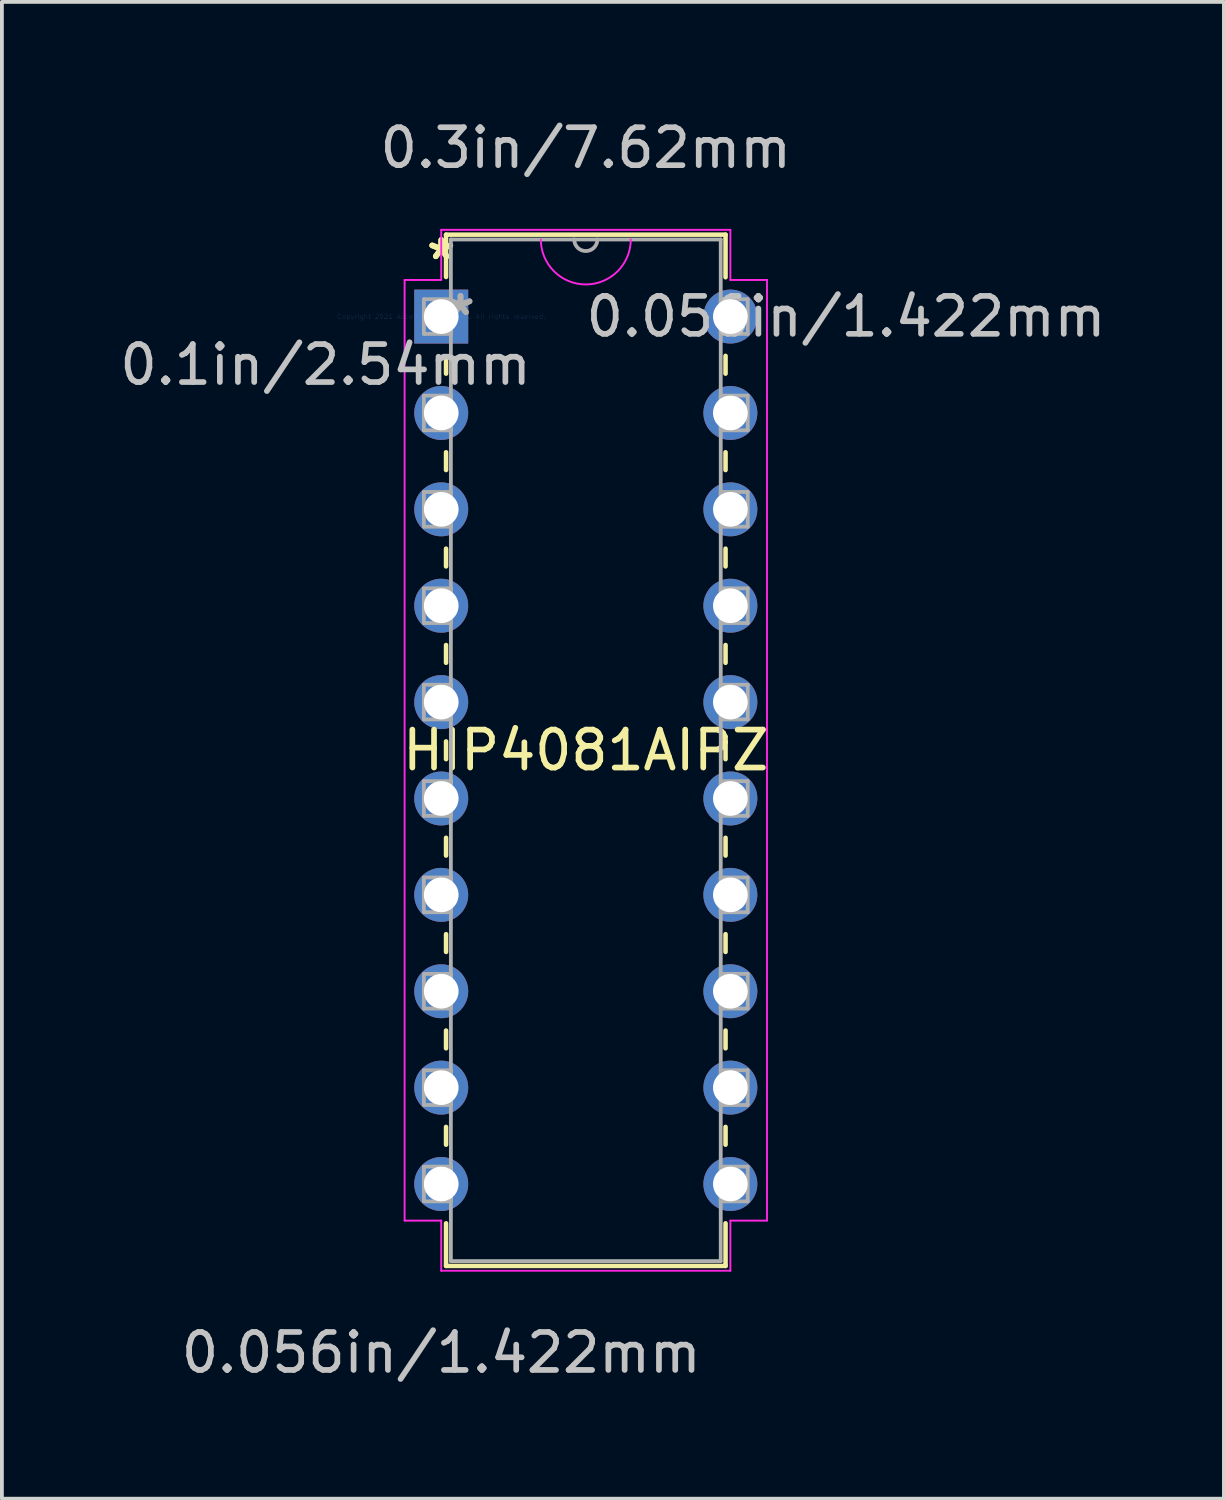
<source format=kicad_pcb>
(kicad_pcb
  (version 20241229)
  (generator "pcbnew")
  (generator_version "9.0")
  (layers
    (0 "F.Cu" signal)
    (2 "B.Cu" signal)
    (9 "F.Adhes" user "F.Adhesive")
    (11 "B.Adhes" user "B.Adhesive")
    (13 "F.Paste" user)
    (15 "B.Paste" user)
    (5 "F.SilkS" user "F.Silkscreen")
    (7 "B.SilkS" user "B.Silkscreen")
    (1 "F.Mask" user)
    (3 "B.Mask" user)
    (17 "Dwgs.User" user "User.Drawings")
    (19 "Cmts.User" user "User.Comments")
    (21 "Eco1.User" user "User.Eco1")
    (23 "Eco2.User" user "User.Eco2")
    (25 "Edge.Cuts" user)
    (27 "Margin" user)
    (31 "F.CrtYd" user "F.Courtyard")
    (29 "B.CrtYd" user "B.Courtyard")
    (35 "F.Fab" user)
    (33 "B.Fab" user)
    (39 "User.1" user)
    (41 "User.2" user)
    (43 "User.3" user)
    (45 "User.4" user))
  (footprint "HIP4081AIPZ"
    (layer "F.Cu")
    (at 8.578 5.293)
    (property "Reference" "HIP4081AIPZ" (at 3.81 11.43 0) (layer "F.SilkS") (effects (font (size 1 1) (thickness 0.15))))
    (attr through_hole)
    (fp_line (start 0.127 -2.159) (end 0.127 -1.044) (stroke (width 0.12) (type solid)) (layer "F.SilkS"))
    (fp_line (start 0.127 1.044) (end 0.127 1.504) (stroke (width 0.12) (type solid)) (layer "F.SilkS"))
    (fp_line (start 0.127 3.576) (end 0.127 4.044) (stroke (width 0.12) (type solid)) (layer "F.SilkS"))
    (fp_line (start 0.127 6.116) (end 0.127 6.584) (stroke (width 0.12) (type solid)) (layer "F.SilkS"))
    (fp_line (start 0.127 8.656) (end 0.127 9.124) (stroke (width 0.12) (type solid)) (layer "F.SilkS"))
    (fp_line (start 0.127 11.196) (end 0.127 11.664) (stroke (width 0.12) (type solid)) (layer "F.SilkS"))
    (fp_line (start 0.127 13.736) (end 0.127 14.204) (stroke (width 0.12) (type solid)) (layer "F.SilkS"))
    (fp_line (start 0.127 16.276) (end 0.127 16.744) (stroke (width 0.12) (type solid)) (layer "F.SilkS"))
    (fp_line (start 0.127 18.816) (end 0.127 19.284) (stroke (width 0.12) (type solid)) (layer "F.SilkS"))
    (fp_line (start 0.127 21.356) (end 0.127 21.824) (stroke (width 0.12) (type solid)) (layer "F.SilkS"))
    (fp_line (start 0.127 23.896) (end 0.127 25.019) (stroke (width 0.12) (type solid)) (layer "F.SilkS"))
    (fp_line (start 0.127 25.019) (end 7.493 25.019) (stroke (width 0.12) (type solid)) (layer "F.SilkS"))
    (fp_line (start 7.493 -2.159) (end 0.127 -2.159) (stroke (width 0.12) (type solid)) (layer "F.SilkS"))
    (fp_line (start 7.493 -1.036) (end 7.493 -2.159) (stroke (width 0.12) (type solid)) (layer "F.SilkS"))
    (fp_line (start 7.493 1.504) (end 7.493 1.036) (stroke (width 0.12) (type solid)) (layer "F.SilkS"))
    (fp_line (start 7.493 4.044) (end 7.493 3.576) (stroke (width 0.12) (type solid)) (layer "F.SilkS"))
    (fp_line (start 7.493 6.584) (end 7.493 6.116) (stroke (width 0.12) (type solid)) (layer "F.SilkS"))
    (fp_line (start 7.493 9.124) (end 7.493 8.656) (stroke (width 0.12) (type solid)) (layer "F.SilkS"))
    (fp_line (start 7.493 11.664) (end 7.493 11.196) (stroke (width 0.12) (type solid)) (layer "F.SilkS"))
    (fp_line (start 7.493 14.204) (end 7.493 13.736) (stroke (width 0.12) (type solid)) (layer "F.SilkS"))
    (fp_line (start 7.493 16.744) (end 7.493 16.276) (stroke (width 0.12) (type solid)) (layer "F.SilkS"))
    (fp_line (start 7.493 19.284) (end 7.493 18.816) (stroke (width 0.12) (type solid)) (layer "F.SilkS"))
    (fp_line (start 7.493 21.824) (end 7.493 21.356) (stroke (width 0.12) (type solid)) (layer "F.SilkS"))
    (fp_line (start 7.493 25.019) (end 7.493 23.896) (stroke (width 0.12) (type solid)) (layer "F.SilkS"))
    (fp_line (start -0.965 -0.965) (end -0.965 23.825) (stroke (width 0.05) (type solid)) (layer "F.CrtYd"))
    (fp_line (start -0.965 23.825) (end 0 23.825) (stroke (width 0.05) (type solid)) (layer "F.CrtYd"))
    (fp_line (start 0 -2.286) (end 0 -0.965) (stroke (width 0.05) (type solid)) (layer "F.CrtYd"))
    (fp_line (start 0 -0.965) (end -0.965 -0.965) (stroke (width 0.05) (type solid)) (layer "F.CrtYd"))
    (fp_line (start 0 23.825) (end 0 25.146) (stroke (width 0.05) (type solid)) (layer "F.CrtYd"))
    (fp_line (start 0 25.146) (end 7.62 25.146) (stroke (width 0.05) (type solid)) (layer "F.CrtYd"))
    (fp_line (start 7.62 -2.286) (end 0 -2.286) (stroke (width 0.05) (type solid)) (layer "F.CrtYd"))
    (fp_line (start 7.62 -0.965) (end 7.62 -2.286) (stroke (width 0.05) (type solid)) (layer "F.CrtYd"))
    (fp_line (start 7.62 23.825) (end 8.585 23.825) (stroke (width 0.05) (type solid)) (layer "F.CrtYd"))
    (fp_line (start 7.62 25.146) (end 7.62 23.825) (stroke (width 0.05) (type solid)) (layer "F.CrtYd"))
    (fp_line (start 8.585 -0.965) (end 7.62 -0.965) (stroke (width 0.05) (type solid)) (layer "F.CrtYd"))
    (fp_line (start 8.585 23.825) (end 8.585 -0.965) (stroke (width 0.05) (type solid)) (layer "F.CrtYd"))
    (fp_arc (start 4.995333 -2.032) (mid 3.81 -0.846667) (end 2.624667 -2.032) (stroke (width 0.05) (type solid)) (layer "F.CrtYd"))
    (fp_line (start -0.457 -0.457) (end -0.457 0.457) (stroke (width 0.1) (type solid)) (layer "F.Fab"))
    (fp_line (start -0.457 0.457) (end 0.254 0.457) (stroke (width 0.1) (type solid)) (layer "F.Fab"))
    (fp_line (start -0.457 2.083) (end -0.457 2.997) (stroke (width 0.1) (type solid)) (layer "F.Fab"))
    (fp_line (start -0.457 2.997) (end 0.254 2.997) (stroke (width 0.1) (type solid)) (layer "F.Fab"))
    (fp_line (start -0.457 4.623) (end -0.457 5.537) (stroke (width 0.1) (type solid)) (layer "F.Fab"))
    (fp_line (start -0.457 5.537) (end 0.254 5.537) (stroke (width 0.1) (type solid)) (layer "F.Fab"))
    (fp_line (start -0.457 7.163) (end -0.457 8.077) (stroke (width 0.1) (type solid)) (layer "F.Fab"))
    (fp_line (start -0.457 8.077) (end 0.254 8.077) (stroke (width 0.1) (type solid)) (layer "F.Fab"))
    (fp_line (start -0.457 9.703) (end -0.457 10.617) (stroke (width 0.1) (type solid)) (layer "F.Fab"))
    (fp_line (start -0.457 10.617) (end 0.254 10.617) (stroke (width 0.1) (type solid)) (layer "F.Fab"))
    (fp_line (start -0.457 12.243) (end -0.457 13.157) (stroke (width 0.1) (type solid)) (layer "F.Fab"))
    (fp_line (start -0.457 13.157) (end 0.254 13.157) (stroke (width 0.1) (type solid)) (layer "F.Fab"))
    (fp_line (start -0.457 14.783) (end -0.457 15.697) (stroke (width 0.1) (type solid)) (layer "F.Fab"))
    (fp_line (start -0.457 15.697) (end 0.254 15.697) (stroke (width 0.1) (type solid)) (layer "F.Fab"))
    (fp_line (start -0.457 17.323) (end -0.457 18.237) (stroke (width 0.1) (type solid)) (layer "F.Fab"))
    (fp_line (start -0.457 18.237) (end 0.254 18.237) (stroke (width 0.1) (type solid)) (layer "F.Fab"))
    (fp_line (start -0.457 19.863) (end -0.457 20.777) (stroke (width 0.1) (type solid)) (layer "F.Fab"))
    (fp_line (start -0.457 20.777) (end 0.254 20.777) (stroke (width 0.1) (type solid)) (layer "F.Fab"))
    (fp_line (start -0.457 22.403) (end -0.457 23.317) (stroke (width 0.1) (type solid)) (layer "F.Fab"))
    (fp_line (start -0.457 23.317) (end 0.254 23.317) (stroke (width 0.1) (type solid)) (layer "F.Fab"))
    (fp_line (start 0.254 -2.032) (end 0.254 24.892) (stroke (width 0.1) (type solid)) (layer "F.Fab"))
    (fp_line (start 0.254 -0.457) (end -0.457 -0.457) (stroke (width 0.1) (type solid)) (layer "F.Fab"))
    (fp_line (start 0.254 0.457) (end 0.254 -0.457) (stroke (width 0.1) (type solid)) (layer "F.Fab"))
    (fp_line (start 0.254 2.083) (end -0.457 2.083) (stroke (width 0.1) (type solid)) (layer "F.Fab"))
    (fp_line (start 0.254 2.997) (end 0.254 2.083) (stroke (width 0.1) (type solid)) (layer "F.Fab"))
    (fp_line (start 0.254 4.623) (end -0.457 4.623) (stroke (width 0.1) (type solid)) (layer "F.Fab"))
    (fp_line (start 0.254 5.537) (end 0.254 4.623) (stroke (width 0.1) (type solid)) (layer "F.Fab"))
    (fp_line (start 0.254 7.163) (end -0.457 7.163) (stroke (width 0.1) (type solid)) (layer "F.Fab"))
    (fp_line (start 0.254 8.077) (end 0.254 7.163) (stroke (width 0.1) (type solid)) (layer "F.Fab"))
    (fp_line (start 0.254 9.703) (end -0.457 9.703) (stroke (width 0.1) (type solid)) (layer "F.Fab"))
    (fp_line (start 0.254 10.617) (end 0.254 9.703) (stroke (width 0.1) (type solid)) (layer "F.Fab"))
    (fp_line (start 0.254 12.243) (end -0.457 12.243) (stroke (width 0.1) (type solid)) (layer "F.Fab"))
    (fp_line (start 0.254 13.157) (end 0.254 12.243) (stroke (width 0.1) (type solid)) (layer "F.Fab"))
    (fp_line (start 0.254 14.783) (end -0.457 14.783) (stroke (width 0.1) (type solid)) (layer "F.Fab"))
    (fp_line (start 0.254 15.697) (end 0.254 14.783) (stroke (width 0.1) (type solid)) (layer "F.Fab"))
    (fp_line (start 0.254 17.323) (end -0.457 17.323) (stroke (width 0.1) (type solid)) (layer "F.Fab"))
    (fp_line (start 0.254 18.237) (end 0.254 17.323) (stroke (width 0.1) (type solid)) (layer "F.Fab"))
    (fp_line (start 0.254 19.863) (end -0.457 19.863) (stroke (width 0.1) (type solid)) (layer "F.Fab"))
    (fp_line (start 0.254 20.777) (end 0.254 19.863) (stroke (width 0.1) (type solid)) (layer "F.Fab"))
    (fp_line (start 0.254 22.403) (end -0.457 22.403) (stroke (width 0.1) (type solid)) (layer "F.Fab"))
    (fp_line (start 0.254 23.317) (end 0.254 22.403) (stroke (width 0.1) (type solid)) (layer "F.Fab"))
    (fp_line (start 0.254 24.892) (end 7.366 24.892) (stroke (width 0.1) (type solid)) (layer "F.Fab"))
    (fp_line (start 7.366 -2.032) (end 0.254 -2.032) (stroke (width 0.1) (type solid)) (layer "F.Fab"))
    (fp_line (start 7.366 -0.457) (end 7.366 0.457) (stroke (width 0.1) (type solid)) (layer "F.Fab"))
    (fp_line (start 7.366 0.457) (end 8.077 0.457) (stroke (width 0.1) (type solid)) (layer "F.Fab"))
    (fp_line (start 7.366 2.083) (end 7.366 2.997) (stroke (width 0.1) (type solid)) (layer "F.Fab"))
    (fp_line (start 7.366 2.997) (end 8.077 2.997) (stroke (width 0.1) (type solid)) (layer "F.Fab"))
    (fp_line (start 7.366 4.623) (end 7.366 5.537) (stroke (width 0.1) (type solid)) (layer "F.Fab"))
    (fp_line (start 7.366 5.537) (end 8.077 5.537) (stroke (width 0.1) (type solid)) (layer "F.Fab"))
    (fp_line (start 7.366 7.163) (end 7.366 8.077) (stroke (width 0.1) (type solid)) (layer "F.Fab"))
    (fp_line (start 7.366 8.077) (end 8.077 8.077) (stroke (width 0.1) (type solid)) (layer "F.Fab"))
    (fp_line (start 7.366 9.703) (end 7.366 10.617) (stroke (width 0.1) (type solid)) (layer "F.Fab"))
    (fp_line (start 7.366 10.617) (end 8.077 10.617) (stroke (width 0.1) (type solid)) (layer "F.Fab"))
    (fp_line (start 7.366 12.243) (end 7.366 13.157) (stroke (width 0.1) (type solid)) (layer "F.Fab"))
    (fp_line (start 7.366 13.157) (end 8.077 13.157) (stroke (width 0.1) (type solid)) (layer "F.Fab"))
    (fp_line (start 7.366 14.783) (end 7.366 15.697) (stroke (width 0.1) (type solid)) (layer "F.Fab"))
    (fp_line (start 7.366 15.697) (end 8.077 15.697) (stroke (width 0.1) (type solid)) (layer "F.Fab"))
    (fp_line (start 7.366 17.323) (end 7.366 18.237) (stroke (width 0.1) (type solid)) (layer "F.Fab"))
    (fp_line (start 7.366 18.237) (end 8.077 18.237) (stroke (width 0.1) (type solid)) (layer "F.Fab"))
    (fp_line (start 7.366 19.863) (end 7.366 20.777) (stroke (width 0.1) (type solid)) (layer "F.Fab"))
    (fp_line (start 7.366 20.777) (end 8.077 20.777) (stroke (width 0.1) (type solid)) (layer "F.Fab"))
    (fp_line (start 7.366 22.403) (end 7.366 23.317) (stroke (width 0.1) (type solid)) (layer "F.Fab"))
    (fp_line (start 7.366 23.317) (end 8.077 23.317) (stroke (width 0.1) (type solid)) (layer "F.Fab"))
    (fp_line (start 7.366 24.892) (end 7.366 -2.032) (stroke (width 0.1) (type solid)) (layer "F.Fab"))
    (fp_line (start 8.077 -0.457) (end 7.366 -0.457) (stroke (width 0.1) (type solid)) (layer "F.Fab"))
    (fp_line (start 8.077 0.457) (end 8.077 -0.457) (stroke (width 0.1) (type solid)) (layer "F.Fab"))
    (fp_line (start 8.077 2.083) (end 7.366 2.083) (stroke (width 0.1) (type solid)) (layer "F.Fab"))
    (fp_line (start 8.077 2.997) (end 8.077 2.083) (stroke (width 0.1) (type solid)) (layer "F.Fab"))
    (fp_line (start 8.077 4.623) (end 7.366 4.623) (stroke (width 0.1) (type solid)) (layer "F.Fab"))
    (fp_line (start 8.077 5.537) (end 8.077 4.623) (stroke (width 0.1) (type solid)) (layer "F.Fab"))
    (fp_line (start 8.077 7.163) (end 7.366 7.163) (stroke (width 0.1) (type solid)) (layer "F.Fab"))
    (fp_line (start 8.077 8.077) (end 8.077 7.163) (stroke (width 0.1) (type solid)) (layer "F.Fab"))
    (fp_line (start 8.077 9.703) (end 7.366 9.703) (stroke (width 0.1) (type solid)) (layer "F.Fab"))
    (fp_line (start 8.077 10.617) (end 8.077 9.703) (stroke (width 0.1) (type solid)) (layer "F.Fab"))
    (fp_line (start 8.077 12.243) (end 7.366 12.243) (stroke (width 0.1) (type solid)) (layer "F.Fab"))
    (fp_line (start 8.077 13.157) (end 8.077 12.243) (stroke (width 0.1) (type solid)) (layer "F.Fab"))
    (fp_line (start 8.077 14.783) (end 7.366 14.783) (stroke (width 0.1) (type solid)) (layer "F.Fab"))
    (fp_line (start 8.077 15.697) (end 8.077 14.783) (stroke (width 0.1) (type solid)) (layer "F.Fab"))
    (fp_line (start 8.077 17.323) (end 7.366 17.323) (stroke (width 0.1) (type solid)) (layer "F.Fab"))
    (fp_line (start 8.077 18.237) (end 8.077 17.323) (stroke (width 0.1) (type solid)) (layer "F.Fab"))
    (fp_line (start 8.077 19.863) (end 7.366 19.863) (stroke (width 0.1) (type solid)) (layer "F.Fab"))
    (fp_line (start 8.077 20.777) (end 8.077 19.863) (stroke (width 0.1) (type solid)) (layer "F.Fab"))
    (fp_line (start 8.077 22.403) (end 7.366 22.403) (stroke (width 0.1) (type solid)) (layer "F.Fab"))
    (fp_line (start 8.077 23.317) (end 8.077 22.403) (stroke (width 0.1) (type solid)) (layer "F.Fab"))
    (fp_arc (start 4.1148 -2.032) (mid 3.81 -1.7272) (end 3.5052 -2.032) (stroke (width 0.1) (type solid)) (layer "F.Fab"))
    (fp_text user "*" (at 0 -1.473 0) (layer "F.SilkS") (effects (font (size 1 1) (thickness 0.15))))
    (fp_text user "*" (at 0 -1.473 0) (layer "F.SilkS") (effects (font (size 1 1) (thickness 0.15))))
    (fp_text user "0.056in/1.422mm" (at 0 27.305 0) (layer "Dwgs.User") (effects (font (size 1 1) (thickness 0.15))))
    (fp_text user "0.056in/1.422mm" (at 10.668 0 0) (layer "Dwgs.User") (effects (font (size 1 1) (thickness 0.15))))
    (fp_text user "0.1in/2.54mm" (at -3.048 1.27 0) (layer "Dwgs.User") (effects (font (size 1 1) (thickness 0.15))))
    (fp_text user "0.3in/7.62mm" (at 3.81 -4.445 0) (layer "Dwgs.User") (effects (font (size 1 1) (thickness 0.15))))
    (fp_text user "Copyright 2021 Accelerated Designs. All rights reserved." (at 0 0 0) (layer "Cmts.User") (effects (font (size 0.127 0.127) (thickness 0.002))))
    (fp_text user "*" (at 0.508 0 0) (layer "F.Fab") (effects (font (size 1 1) (thickness 0.15))))
    (fp_text user "*" (at 0.508 0 0) (layer "F.Fab") (effects (font (size 1 1) (thickness 0.15))))
    (pad "1" thru_hole rect (at 0 0) (size 1.422 1.422) (drill 0.914) (layers "*.Cu" "*.Mask"))
    (pad "2" thru_hole circle (at 0 2.54) (size 1.422 1.422) (drill 0.914) (layers "*.Cu" "*.Mask"))
    (pad "3" thru_hole circle (at 0 5.08) (size 1.422 1.422) (drill 0.914) (layers "*.Cu" "*.Mask"))
    (pad "4" thru_hole circle (at 0 7.62) (size 1.422 1.422) (drill 0.914) (layers "*.Cu" "*.Mask"))
    (pad "5" thru_hole circle (at 0 10.16) (size 1.422 1.422) (drill 0.914) (layers "*.Cu" "*.Mask"))
    (pad "6" thru_hole circle (at 0 12.7) (size 1.422 1.422) (drill 0.914) (layers "*.Cu" "*.Mask"))
    (pad "7" thru_hole circle (at 0 15.24) (size 1.422 1.422) (drill 0.914) (layers "*.Cu" "*.Mask"))
    (pad "8" thru_hole circle (at 0 17.78) (size 1.422 1.422) (drill 0.914) (layers "*.Cu" "*.Mask"))
    (pad "9" thru_hole circle (at 0 20.32) (size 1.422 1.422) (drill 0.914) (layers "*.Cu" "*.Mask"))
    (pad "10" thru_hole circle (at 0 22.86) (size 1.422 1.422) (drill 0.914) (layers "*.Cu" "*.Mask"))
    (pad "11" thru_hole circle (at 7.62 22.86) (size 1.422 1.422) (drill 0.914) (layers "*.Cu" "*.Mask"))
    (pad "12" thru_hole circle (at 7.62 20.32) (size 1.422 1.422) (drill 0.914) (layers "*.Cu" "*.Mask"))
    (pad "13" thru_hole circle (at 7.62 17.78) (size 1.422 1.422) (drill 0.914) (layers "*.Cu" "*.Mask"))
    (pad "14" thru_hole circle (at 7.62 15.24) (size 1.422 1.422) (drill 0.914) (layers "*.Cu" "*.Mask"))
    (pad "15" thru_hole circle (at 7.62 12.7) (size 1.422 1.422) (drill 0.914) (layers "*.Cu" "*.Mask"))
    (pad "16" thru_hole circle (at 7.62 10.16) (size 1.422 1.422) (drill 0.914) (layers "*.Cu" "*.Mask"))
    (pad "17" thru_hole circle (at 7.62 7.62) (size 1.422 1.422) (drill 0.914) (layers "*.Cu" "*.Mask"))
    (pad "18" thru_hole circle (at 7.62 5.08) (size 1.422 1.422) (drill 0.914) (layers "*.Cu" "*.Mask"))
    (pad "19" thru_hole circle (at 7.62 2.54) (size 1.422 1.422) (drill 0.914) (layers "*.Cu" "*.Mask"))
    (pad "20" thru_hole circle (at 7.62 0) (size 1.422 1.422) (drill 0.914) (layers "*.Cu" "*.Mask")))
  (gr_rect
    (start -3 -3)
    (end 29.204 36.447)
    (stroke (width 0.1) (type default))
    (fill no)
    (layer "Edge.Cuts")))
</source>
